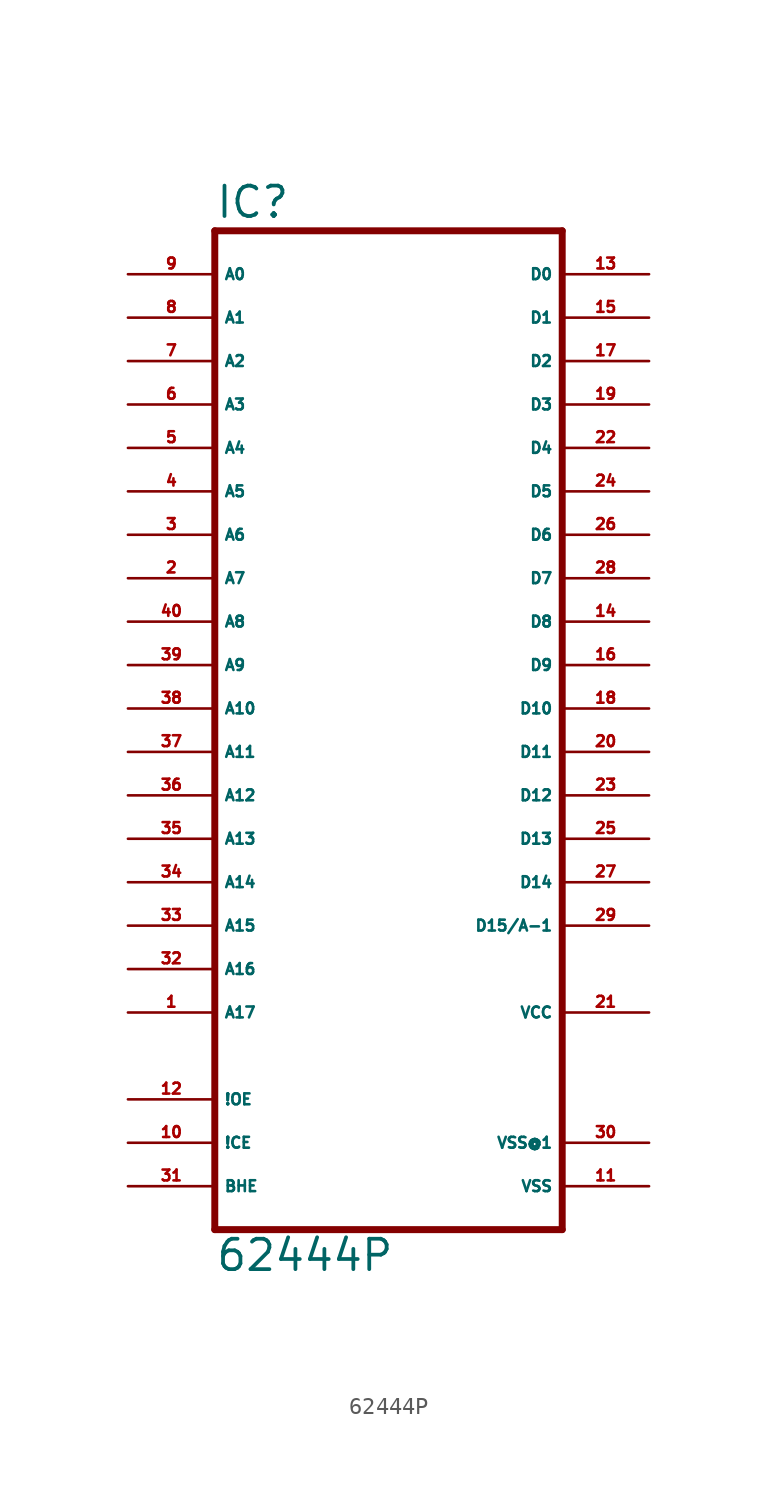
<source format=kicad_sym>
(kicad_symbol_lib
  (version 20220914)
  (generator Eagle2Kicad)
  (symbol "62444P"
    (property "Reference" "IC"
      (at -10.16 33.655 0)
      (effects (font (size 1.778 1.778) (thickness 0.22)) (justify left bottom)))
    (property "Value" "62444P"
      (at -10.16 -27.94 0)
      (effects (font (size 1.778 1.778) (thickness 0.22)) (justify left bottom)))
    (polyline
      (pts (xy -10.16 -25.4) (xy 10.16 -25.4))
      (stroke (width 0.406) (type default))
      (fill (type none)))
    (polyline
      (pts (xy 10.16 33.02) (xy 10.16 -25.4))
      (stroke (width 0.406) (type default))
      (fill (type none)))
    (polyline
      (pts (xy 10.16 33.02) (xy -10.16 33.02))
      (stroke (width 0.406) (type default))
      (fill (type none)))
    (polyline
      (pts (xy -10.16 -25.4) (xy -10.16 33.02))
      (stroke (width 0.406) (type default))
      (fill (type none)))
    (pin input line
      (at -15.24 30.48 0)
      (length 5.08)
      (name "A0" (effects (font (size 0.635 0.635) (thickness 0.08)) (justify left bottom)))
      (number "9" (effects (font (size 0.635 0.635) (thickness 0.08)) (justify left bottom))))
    (pin input line
      (at -15.24 27.94 0)
      (length 5.08)
      (name "A1" (effects (font (size 0.635 0.635) (thickness 0.08)) (justify left bottom)))
      (number "8" (effects (font (size 0.635 0.635) (thickness 0.08)) (justify left bottom))))
    (pin input line
      (at -15.24 25.4 0)
      (length 5.08)
      (name "A2" (effects (font (size 0.635 0.635) (thickness 0.08)) (justify left bottom)))
      (number "7" (effects (font (size 0.635 0.635) (thickness 0.08)) (justify left bottom))))
    (pin input line
      (at -15.24 22.86 0)
      (length 5.08)
      (name "A3" (effects (font (size 0.635 0.635) (thickness 0.08)) (justify left bottom)))
      (number "6" (effects (font (size 0.635 0.635) (thickness 0.08)) (justify left bottom))))
    (pin input line
      (at -15.24 20.32 0)
      (length 5.08)
      (name "A4" (effects (font (size 0.635 0.635) (thickness 0.08)) (justify left bottom)))
      (number "5" (effects (font (size 0.635 0.635) (thickness 0.08)) (justify left bottom))))
    (pin input line
      (at -15.24 17.78 0)
      (length 5.08)
      (name "A5" (effects (font (size 0.635 0.635) (thickness 0.08)) (justify left bottom)))
      (number "4" (effects (font (size 0.635 0.635) (thickness 0.08)) (justify left bottom))))
    (pin input line
      (at -15.24 15.24 0)
      (length 5.08)
      (name "A6" (effects (font (size 0.635 0.635) (thickness 0.08)) (justify left bottom)))
      (number "3" (effects (font (size 0.635 0.635) (thickness 0.08)) (justify left bottom))))
    (pin input line
      (at -15.24 12.7 0)
      (length 5.08)
      (name "A7" (effects (font (size 0.635 0.635) (thickness 0.08)) (justify left bottom)))
      (number "2" (effects (font (size 0.635 0.635) (thickness 0.08)) (justify left bottom))))
    (pin input line
      (at -15.24 10.16 0)
      (length 5.08)
      (name "A8" (effects (font (size 0.635 0.635) (thickness 0.08)) (justify left bottom)))
      (number "40" (effects (font (size 0.635 0.635) (thickness 0.08)) (justify left bottom))))
    (pin input line
      (at -15.24 7.62 0)
      (length 5.08)
      (name "A9" (effects (font (size 0.635 0.635) (thickness 0.08)) (justify left bottom)))
      (number "39" (effects (font (size 0.635 0.635) (thickness 0.08)) (justify left bottom))))
    (pin input line
      (at -15.24 5.08 0)
      (length 5.08)
      (name "A10" (effects (font (size 0.635 0.635) (thickness 0.08)) (justify left bottom)))
      (number "38" (effects (font (size 0.635 0.635) (thickness 0.08)) (justify left bottom))))
    (pin input line
      (at -15.24 2.54 0)
      (length 5.08)
      (name "A11" (effects (font (size 0.635 0.635) (thickness 0.08)) (justify left bottom)))
      (number "37" (effects (font (size 0.635 0.635) (thickness 0.08)) (justify left bottom))))
    (pin input line
      (at -15.24 0 0)
      (length 5.08)
      (name "A12" (effects (font (size 0.635 0.635) (thickness 0.08)) (justify left bottom)))
      (number "36" (effects (font (size 0.635 0.635) (thickness 0.08)) (justify left bottom))))
    (pin input line
      (at -15.24 -2.54 0)
      (length 5.08)
      (name "A13" (effects (font (size 0.635 0.635) (thickness 0.08)) (justify left bottom)))
      (number "35" (effects (font (size 0.635 0.635) (thickness 0.08)) (justify left bottom))))
    (pin input line
      (at -15.24 -5.08 0)
      (length 5.08)
      (name "A14" (effects (font (size 0.635 0.635) (thickness 0.08)) (justify left bottom)))
      (number "34" (effects (font (size 0.635 0.635) (thickness 0.08)) (justify left bottom))))
    (pin input line
      (at -15.24 -7.62 0)
      (length 5.08)
      (name "A15" (effects (font (size 0.635 0.635) (thickness 0.08)) (justify left bottom)))
      (number "33" (effects (font (size 0.635 0.635) (thickness 0.08)) (justify left bottom))))
    (pin input line
      (at -15.24 -10.16 0)
      (length 5.08)
      (name "A16" (effects (font (size 0.635 0.635) (thickness 0.08)) (justify left bottom)))
      (number "32" (effects (font (size 0.635 0.635) (thickness 0.08)) (justify left bottom))))
    (pin input line
      (at -15.24 -12.7 0)
      (length 5.08)
      (name "A17" (effects (font (size 0.635 0.635) (thickness 0.08)) (justify left bottom)))
      (number "1" (effects (font (size 0.635 0.635) (thickness 0.08)) (justify left bottom))))
    (pin input line
      (at -15.24 -17.78 0)
      (length 5.08)
      (name "!OE" (effects (font (size 0.635 0.635) (thickness 0.08)) (justify left bottom)))
      (number "12" (effects (font (size 0.635 0.635) (thickness 0.08)) (justify left bottom))))
    (pin input line
      (at -15.24 -20.32 0)
      (length 5.08)
      (name "!CE" (effects (font (size 0.635 0.635) (thickness 0.08)) (justify left bottom)))
      (number "10" (effects (font (size 0.635 0.635) (thickness 0.08)) (justify left bottom))))
    (pin input line
      (at -15.24 -22.86 0)
      (length 5.08)
      (name "BHE" (effects (font (size 0.635 0.635) (thickness 0.08)) (justify left bottom)))
      (number "31" (effects (font (size 0.635 0.635) (thickness 0.08)) (justify left bottom))))
    (pin unspecified line
      (at 15.24 -22.86 180)
      (length 5.08)
      (name "VSS" (effects (font (size 0.635 0.635) (thickness 0.08)) (justify left bottom)))
      (number "11" (effects (font (size 0.635 0.635) (thickness 0.08)) (justify left bottom))))
    (pin unspecified line
      (at 15.24 -20.32 180)
      (length 5.08)
      (name "VSS@1" (effects (font (size 0.635 0.635) (thickness 0.08)) (justify left bottom)))
      (number "30" (effects (font (size 0.635 0.635) (thickness 0.08)) (justify left bottom))))
    (pin unspecified line
      (at 15.24 -12.7 180)
      (length 5.08)
      (name "VCC" (effects (font (size 0.635 0.635) (thickness 0.08)) (justify left bottom)))
      (number "21" (effects (font (size 0.635 0.635) (thickness 0.08)) (justify left bottom))))
    (pin tri_state line
      (at 15.24 30.48 180)
      (length 5.08)
      (name "D0" (effects (font (size 0.635 0.635) (thickness 0.08)) (justify left bottom)))
      (number "13" (effects (font (size 0.635 0.635) (thickness 0.08)) (justify left bottom))))
    (pin tri_state line
      (at 15.24 27.94 180)
      (length 5.08)
      (name "D1" (effects (font (size 0.635 0.635) (thickness 0.08)) (justify left bottom)))
      (number "15" (effects (font (size 0.635 0.635) (thickness 0.08)) (justify left bottom))))
    (pin tri_state line
      (at 15.24 25.4 180)
      (length 5.08)
      (name "D2" (effects (font (size 0.635 0.635) (thickness 0.08)) (justify left bottom)))
      (number "17" (effects (font (size 0.635 0.635) (thickness 0.08)) (justify left bottom))))
    (pin tri_state line
      (at 15.24 22.86 180)
      (length 5.08)
      (name "D3" (effects (font (size 0.635 0.635) (thickness 0.08)) (justify left bottom)))
      (number "19" (effects (font (size 0.635 0.635) (thickness 0.08)) (justify left bottom))))
    (pin tri_state line
      (at 15.24 20.32 180)
      (length 5.08)
      (name "D4" (effects (font (size 0.635 0.635) (thickness 0.08)) (justify left bottom)))
      (number "22" (effects (font (size 0.635 0.635) (thickness 0.08)) (justify left bottom))))
    (pin tri_state line
      (at 15.24 17.78 180)
      (length 5.08)
      (name "D5" (effects (font (size 0.635 0.635) (thickness 0.08)) (justify left bottom)))
      (number "24" (effects (font (size 0.635 0.635) (thickness 0.08)) (justify left bottom))))
    (pin tri_state line
      (at 15.24 15.24 180)
      (length 5.08)
      (name "D6" (effects (font (size 0.635 0.635) (thickness 0.08)) (justify left bottom)))
      (number "26" (effects (font (size 0.635 0.635) (thickness 0.08)) (justify left bottom))))
    (pin tri_state line
      (at 15.24 12.7 180)
      (length 5.08)
      (name "D7" (effects (font (size 0.635 0.635) (thickness 0.08)) (justify left bottom)))
      (number "28" (effects (font (size 0.635 0.635) (thickness 0.08)) (justify left bottom))))
    (pin tri_state line
      (at 15.24 10.16 180)
      (length 5.08)
      (name "D8" (effects (font (size 0.635 0.635) (thickness 0.08)) (justify left bottom)))
      (number "14" (effects (font (size 0.635 0.635) (thickness 0.08)) (justify left bottom))))
    (pin tri_state line
      (at 15.24 7.62 180)
      (length 5.08)
      (name "D9" (effects (font (size 0.635 0.635) (thickness 0.08)) (justify left bottom)))
      (number "16" (effects (font (size 0.635 0.635) (thickness 0.08)) (justify left bottom))))
    (pin tri_state line
      (at 15.24 5.08 180)
      (length 5.08)
      (name "D10" (effects (font (size 0.635 0.635) (thickness 0.08)) (justify left bottom)))
      (number "18" (effects (font (size 0.635 0.635) (thickness 0.08)) (justify left bottom))))
    (pin tri_state line
      (at 15.24 2.54 180)
      (length 5.08)
      (name "D11" (effects (font (size 0.635 0.635) (thickness 0.08)) (justify left bottom)))
      (number "20" (effects (font (size 0.635 0.635) (thickness 0.08)) (justify left bottom))))
    (pin tri_state line
      (at 15.24 0 180)
      (length 5.08)
      (name "D12" (effects (font (size 0.635 0.635) (thickness 0.08)) (justify left bottom)))
      (number "23" (effects (font (size 0.635 0.635) (thickness 0.08)) (justify left bottom))))
    (pin tri_state line
      (at 15.24 -2.54 180)
      (length 5.08)
      (name "D13" (effects (font (size 0.635 0.635) (thickness 0.08)) (justify left bottom)))
      (number "25" (effects (font (size 0.635 0.635) (thickness 0.08)) (justify left bottom))))
    (pin tri_state line
      (at 15.24 -5.08 180)
      (length 5.08)
      (name "D14" (effects (font (size 0.635 0.635) (thickness 0.08)) (justify left bottom)))
      (number "27" (effects (font (size 0.635 0.635) (thickness 0.08)) (justify left bottom))))
    (pin tri_state line
      (at 15.24 -7.62 180)
      (length 5.08)
      (name "D15/A-1" (effects (font (size 0.635 0.635) (thickness 0.08)) (justify left bottom)))
      (number "29" (effects (font (size 0.635 0.635) (thickness 0.08)) (justify left bottom))))))
</source>
